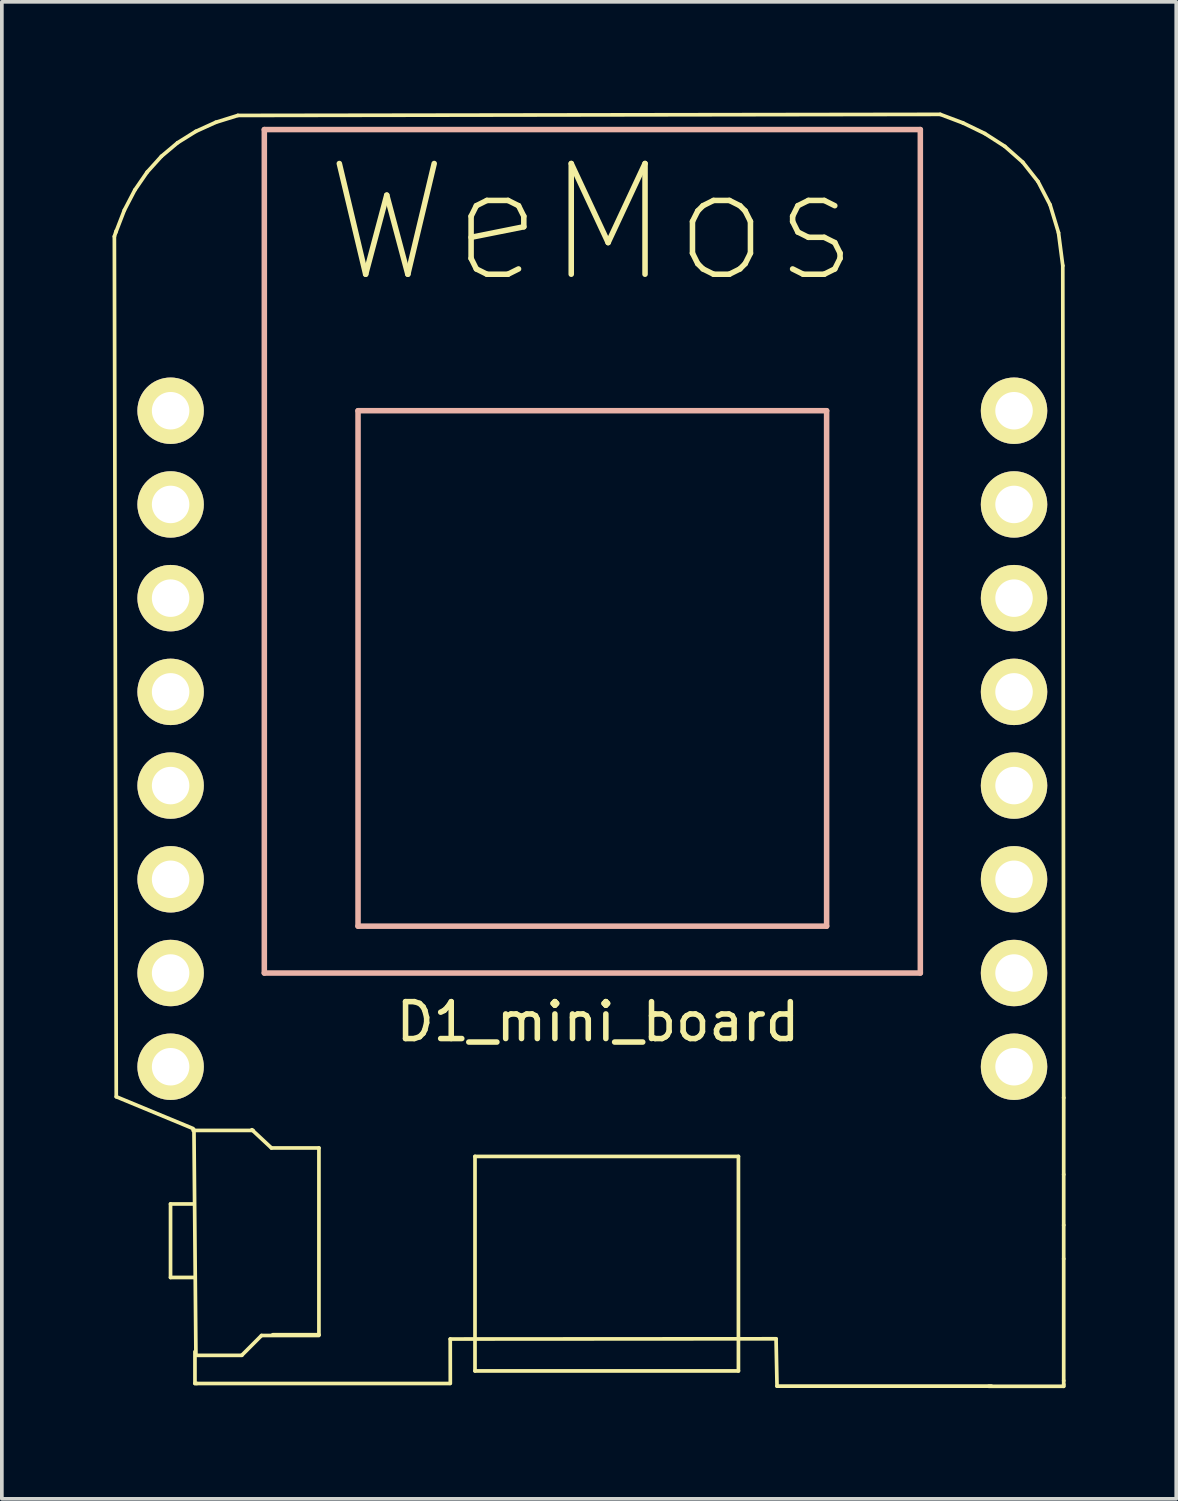
<source format=kicad_pcb>
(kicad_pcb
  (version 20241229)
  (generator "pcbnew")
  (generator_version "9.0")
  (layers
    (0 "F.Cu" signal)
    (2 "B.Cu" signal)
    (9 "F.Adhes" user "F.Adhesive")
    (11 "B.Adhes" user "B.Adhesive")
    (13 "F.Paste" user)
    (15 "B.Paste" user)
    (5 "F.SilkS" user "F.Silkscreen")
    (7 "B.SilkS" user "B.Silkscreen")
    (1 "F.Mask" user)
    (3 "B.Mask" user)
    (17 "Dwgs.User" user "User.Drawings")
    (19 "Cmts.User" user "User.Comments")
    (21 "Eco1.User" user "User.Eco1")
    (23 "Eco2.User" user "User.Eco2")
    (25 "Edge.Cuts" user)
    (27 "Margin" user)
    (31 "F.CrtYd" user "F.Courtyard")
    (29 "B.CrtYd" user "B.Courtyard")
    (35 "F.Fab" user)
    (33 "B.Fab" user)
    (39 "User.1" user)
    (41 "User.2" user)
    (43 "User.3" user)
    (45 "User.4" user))
  (footprint "D1_mini_board"
    (layer "F.Cu")
    (at 13.004 18.242)
    (property "Reference" "D1_mini_board" (at 0.152 6.401 0) (layer "F.SilkS") (effects (font (size 1 1) (thickness 0.15))))
    (attr through_hole)
    (fp_line (start -12.954 -14.884) (end -12.903 -15.037) (stroke (width 0.1) (type solid)) (layer "F.SilkS"))
    (fp_line (start -12.916 -14.993) (end -12.683 -15.596) (stroke (width 0.1) (type solid)) (layer "F.SilkS"))
    (fp_line (start -12.903 8.433) (end -12.954 -14.884) (stroke (width 0.1) (type solid)) (layer "F.SilkS"))
    (fp_line (start -12.903 8.433) (end -10.82 9.296) (stroke (width 0.1) (type solid)) (layer "F.SilkS"))
    (fp_line (start -12.683 -15.596) (end -12.4 -16.141) (stroke (width 0.1) (type solid)) (layer "F.SilkS"))
    (fp_line (start -12.4 -16.141) (end -12.065 -16.628) (stroke (width 0.1) (type solid)) (layer "F.SilkS"))
    (fp_line (start -12.065 -16.628) (end -11.679 -17.055) (stroke (width 0.1) (type solid)) (layer "F.SilkS"))
    (fp_line (start -11.679 -17.055) (end -11.241 -17.423) (stroke (width 0.1) (type solid)) (layer "F.SilkS"))
    (fp_line (start -11.432 11.339) (end -10.814 11.339) (stroke (width 0.1) (type solid)) (layer "F.SilkS"))
    (fp_line (start -11.432 13.332) (end -11.432 11.339) (stroke (width 0.1) (type solid)) (layer "F.SilkS"))
    (fp_line (start -11.241 -17.423) (end -10.749 -17.73) (stroke (width 0.1) (type solid)) (layer "F.SilkS"))
    (fp_line (start -10.82 9.347) (end -9.195 9.347) (stroke (width 0.1) (type solid)) (layer "F.SilkS"))
    (fp_line (start -10.797 9.328) (end -10.744 15.413) (stroke (width 0.1) (type solid)) (layer "F.SilkS"))
    (fp_line (start -10.779 13.332) (end -11.432 13.332) (stroke (width 0.1) (type solid)) (layer "F.SilkS"))
    (fp_line (start -10.77 16.205) (end -10.77 15.342) (stroke (width 0.1) (type solid)) (layer "F.SilkS"))
    (fp_line (start -10.749 -17.73) (end -10.205 -17.977) (stroke (width 0.1) (type solid)) (layer "F.SilkS"))
    (fp_line (start -10.719 16.205) (end -10.77 16.205) (stroke (width 0.1) (type solid)) (layer "F.SilkS"))
    (fp_line (start -10.205 -17.977) (end -9.607 -18.163) (stroke (width 0.1) (type solid)) (layer "F.SilkS"))
    (fp_line (start -9.607 -18.163) (end 9.43 -18.192) (stroke (width 0.1) (type solid)) (layer "F.SilkS"))
    (fp_line (start -9.5 15.443) (end -10.719 15.443) (stroke (width 0.1) (type solid)) (layer "F.SilkS"))
    (fp_line (start -9.495 15.435) (end -8.966 14.905) (stroke (width 0.1) (type solid)) (layer "F.SilkS"))
    (fp_line (start -8.966 14.905) (end -7.413 14.905) (stroke (width 0.1) (type solid)) (layer "F.SilkS"))
    (fp_line (start -8.697 9.822) (end -9.227 9.328) (stroke (width 0.1) (type solid)) (layer "F.SilkS"))
    (fp_line (start -8.662 14.884) (end -7.41 14.884) (stroke (width 0.1) (type solid)) (layer "F.SilkS"))
    (fp_line (start -7.41 9.822) (end -8.697 9.822) (stroke (width 0.1) (type solid)) (layer "F.SilkS"))
    (fp_line (start -7.41 14.884) (end -7.41 9.822) (stroke (width 0.1) (type solid)) (layer "F.SilkS"))
    (fp_line (start -3.861 16.205) (end -10.719 16.205) (stroke (width 0.1) (type solid)) (layer "F.SilkS"))
    (fp_line (start -3.851 15) (end -3.849 16.203) (stroke (width 0.1) (type solid)) (layer "F.SilkS"))
    (fp_line (start -3.18 10.051) (end 3.96 10.051) (stroke (width 0.1) (type solid)) (layer "F.SilkS"))
    (fp_line (start -3.18 15.865) (end -3.18 10.051) (stroke (width 0.1) (type solid)) (layer "F.SilkS"))
    (fp_line (start 3.96 10.051) (end 3.96 15.865) (stroke (width 0.1) (type solid)) (layer "F.SilkS"))
    (fp_line (start 3.96 15.865) (end -3.18 15.865) (stroke (width 0.1) (type solid)) (layer "F.SilkS"))
    (fp_line (start 4.98 14.994) (end -3.851 15) (stroke (width 0.1) (type solid)) (layer "F.SilkS"))
    (fp_line (start 5.006 16.277) (end 4.98 14.994) (stroke (width 0.1) (type solid)) (layer "F.SilkS"))
    (fp_line (start 9.43 -18.192) (end 10.05 -17.958) (stroke (width 0.1) (type solid)) (layer "F.SilkS"))
    (fp_line (start 10.05 -17.958) (end 10.638 -17.673) (stroke (width 0.1) (type solid)) (layer "F.SilkS"))
    (fp_line (start 10.638 -17.673) (end 11.181 -17.324) (stroke (width 0.1) (type solid)) (layer "F.SilkS"))
    (fp_line (start 10.817 16.277) (end 5.006 16.277) (stroke (width 0.1) (type solid)) (layer "F.SilkS"))
    (fp_line (start 11.181 -17.324) (end 11.667 -16.895) (stroke (width 0.1) (type solid)) (layer "F.SilkS"))
    (fp_line (start 11.667 -16.895) (end 12.08 -16.371) (stroke (width 0.1) (type solid)) (layer "F.SilkS"))
    (fp_line (start 12.08 -16.371) (end 12.407 -15.74) (stroke (width 0.1) (type solid)) (layer "F.SilkS"))
    (fp_line (start 12.407 -15.74) (end 12.635 -14.985) (stroke (width 0.1) (type solid)) (layer "F.SilkS"))
    (fp_line (start 12.635 -14.985) (end 12.751 -14.092) (stroke (width 0.1) (type solid)) (layer "F.SilkS"))
    (fp_line (start 12.751 -14.092) (end 12.776 8.463) (stroke (width 0.1) (type solid)) (layer "F.SilkS"))
    (fp_line (start 12.776 8.458) (end 12.776 10.541) (stroke (width 0.1) (type solid)) (layer "F.SilkS"))
    (fp_line (start 12.776 10.541) (end 12.776 11.913) (stroke (width 0.1) (type solid)) (layer "F.SilkS"))
    (fp_line (start 12.776 11.913) (end 12.776 12.827) (stroke (width 0.1) (type solid)) (layer "F.SilkS"))
    (fp_line (start 12.776 12.827) (end 12.776 16.129) (stroke (width 0.1) (type solid)) (layer "F.SilkS"))
    (fp_line (start 12.776 16.129) (end 12.776 16.231) (stroke (width 0.1) (type solid)) (layer "F.SilkS"))
    (fp_line (start 12.776 16.231) (end 12.776 16.281) (stroke (width 0.1) (type solid)) (layer "F.SilkS"))
    (fp_line (start 12.776 16.281) (end 10.744 16.281) (stroke (width 0.1) (type solid)) (layer "F.SilkS"))
    (fp_line (start -8.89 -17.78) (end -8.89 5.08) (stroke (width 0.15) (type solid)) (layer "B.SilkS"))
    (fp_line (start -8.89 5.08) (end 8.89 5.08) (stroke (width 0.15) (type solid)) (layer "B.SilkS"))
    (fp_line (start -6.35 -10.16) (end 6.35 -10.16) (stroke (width 0.15) (type solid)) (layer "B.SilkS"))
    (fp_line (start -6.35 3.81) (end -6.35 -10.16) (stroke (width 0.15) (type solid)) (layer "B.SilkS"))
    (fp_line (start 6.35 -10.16) (end 6.35 3.81) (stroke (width 0.15) (type solid)) (layer "B.SilkS"))
    (fp_line (start 6.35 3.81) (end -6.35 3.81) (stroke (width 0.15) (type solid)) (layer "B.SilkS"))
    (fp_line (start 8.89 -17.78) (end -8.89 -17.78) (stroke (width 0.15) (type solid)) (layer "B.SilkS"))
    (fp_line (start 8.89 5.08) (end 8.89 -17.78) (stroke (width 0.15) (type solid)) (layer "B.SilkS"))
    (fp_text user "WeMos" (at 0 -15.24 0) (layer "F.SilkS") (effects (font (size 3 3) (thickness 0.15))))
    (pad "1" thru_hole circle (at -11.43 7.62) (size 1.8 1.8) (drill 1.016) (layers "*.Cu" "*.Mask" "F.SilkS"))
    (pad "2" thru_hole circle (at -11.43 5.08) (size 1.8 1.8) (drill 1.016) (layers "*.Cu" "*.Mask" "F.SilkS"))
    (pad "3" thru_hole circle (at -11.43 2.54) (size 1.8 1.8) (drill 1.016) (layers "*.Cu" "*.Mask" "F.SilkS"))
    (pad "4" thru_hole circle (at -11.43 0) (size 1.8 1.8) (drill 1.016) (layers "*.Cu" "*.Mask" "F.SilkS"))
    (pad "5" thru_hole circle (at -11.43 -2.54) (size 1.8 1.8) (drill 1.016) (layers "*.Cu" "*.Mask" "F.SilkS"))
    (pad "6" thru_hole circle (at -11.43 -5.08) (size 1.8 1.8) (drill 1.016) (layers "*.Cu" "*.Mask" "F.SilkS"))
    (pad "7" thru_hole circle (at -11.43 -7.62) (size 1.8 1.8) (drill 1.016) (layers "*.Cu" "*.Mask" "F.SilkS"))
    (pad "8" thru_hole circle (at -11.43 -10.16) (size 1.8 1.8) (drill 1.016) (layers "*.Cu" "*.Mask" "F.SilkS"))
    (pad "9" thru_hole circle (at 11.43 -10.16) (size 1.8 1.8) (drill 1.016) (layers "*.Cu" "*.Mask" "F.SilkS"))
    (pad "10" thru_hole circle (at 11.43 -7.62) (size 1.8 1.8) (drill 1.016) (layers "*.Cu" "*.Mask" "F.SilkS"))
    (pad "11" thru_hole circle (at 11.43 -5.08) (size 1.8 1.8) (drill 1.016) (layers "*.Cu" "*.Mask" "F.SilkS"))
    (pad "12" thru_hole circle (at 11.43 -2.54) (size 1.8 1.8) (drill 1.016) (layers "*.Cu" "*.Mask" "F.SilkS"))
    (pad "13" thru_hole circle (at 11.43 0) (size 1.8 1.8) (drill 1.016) (layers "*.Cu" "*.Mask" "F.SilkS"))
    (pad "14" thru_hole circle (at 11.43 2.54) (size 1.8 1.8) (drill 1.016) (layers "*.Cu" "*.Mask" "F.SilkS"))
    (pad "15" thru_hole circle (at 11.43 5.08) (size 1.8 1.8) (drill 1.016) (layers "*.Cu" "*.Mask" "F.SilkS"))
    (pad "16" thru_hole circle (at 11.43 7.62) (size 1.8 1.8) (drill 1.016) (layers "*.Cu" "*.Mask" "F.SilkS")))
  (gr_rect
    (start -3 -3)
    (end 28.83 37.573)
    (stroke (width 0.1) (type default))
    (fill no)
    (layer "Edge.Cuts")))
</source>
